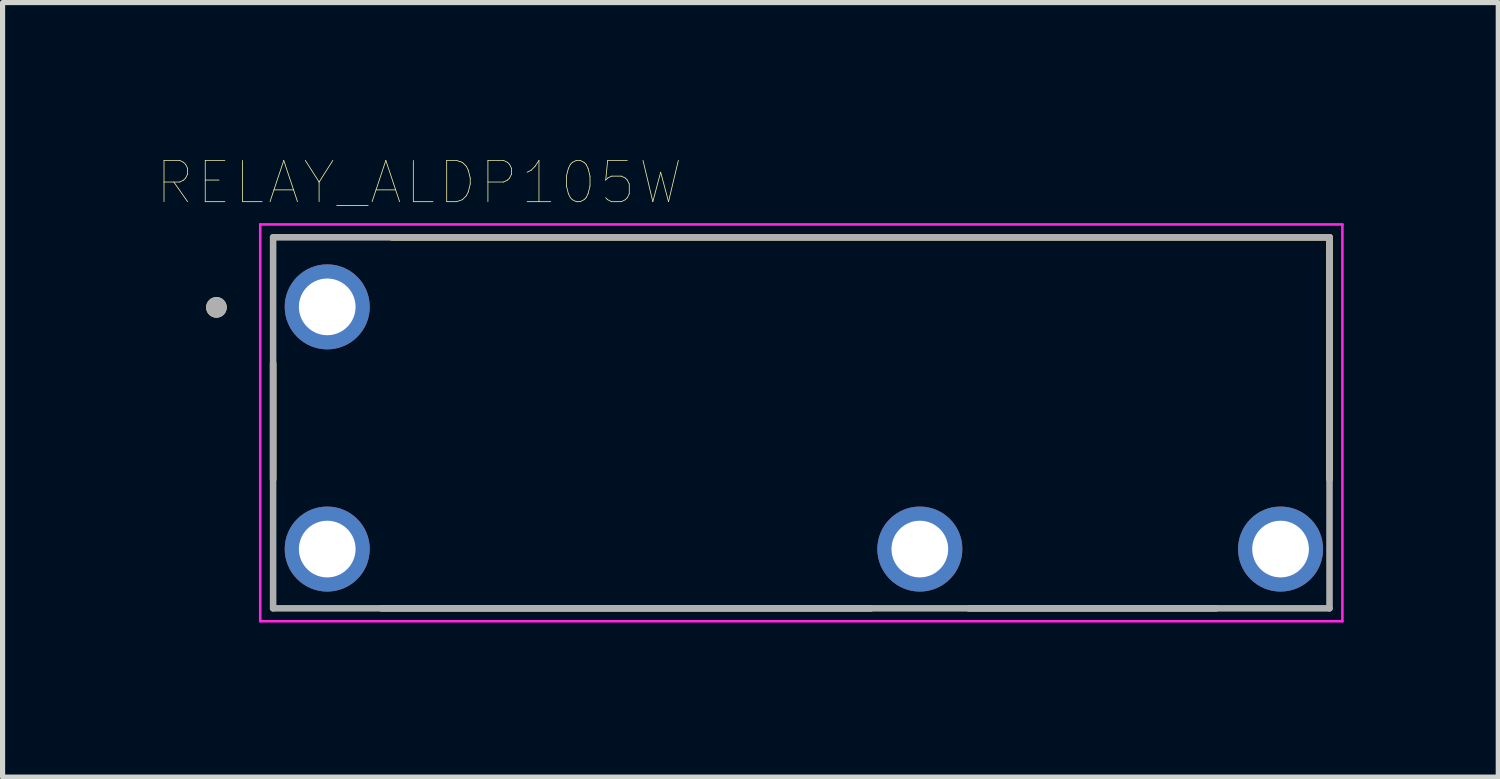
<source format=kicad_pcb>
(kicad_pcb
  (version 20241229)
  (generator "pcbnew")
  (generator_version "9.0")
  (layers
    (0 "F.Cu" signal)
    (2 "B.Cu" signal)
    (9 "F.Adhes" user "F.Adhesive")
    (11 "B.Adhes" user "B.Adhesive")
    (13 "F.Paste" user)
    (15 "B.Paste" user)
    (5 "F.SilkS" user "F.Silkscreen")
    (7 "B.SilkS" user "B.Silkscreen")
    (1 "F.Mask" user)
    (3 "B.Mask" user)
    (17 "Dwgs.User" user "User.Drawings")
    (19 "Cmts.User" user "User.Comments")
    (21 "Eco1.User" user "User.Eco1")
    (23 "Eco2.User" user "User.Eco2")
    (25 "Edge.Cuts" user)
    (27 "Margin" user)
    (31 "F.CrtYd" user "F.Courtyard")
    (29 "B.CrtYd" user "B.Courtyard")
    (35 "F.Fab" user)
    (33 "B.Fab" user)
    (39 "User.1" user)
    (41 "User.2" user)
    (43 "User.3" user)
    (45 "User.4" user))
  (footprint "RELAY_ALDP105W"
    (layer "F.Cu")
    (at 12.5 5.155)
    (property "Reference" "RELAY_ALDP105W" (at -7.415 -4.661 0) (layer "F.SilkS") (effects (font (size 0.8 0.8) (thickness 0.015))))
    (attr through_hole)
    (fp_line (start -10.25 1.1) (end -10.25 -1.15) (stroke (width 0.127) (type solid)) (layer "F.SilkS"))
    (fp_line (start -7.95 -3.6) (end 10.25 -3.6) (stroke (width 0.127) (type solid)) (layer "F.SilkS"))
    (fp_line (start 1.35 3.6) (end -8.15 3.6) (stroke (width 0.127) (type solid)) (layer "F.SilkS"))
    (fp_line (start 3.25 3.6) (end 8.05 3.6) (stroke (width 0.127) (type solid)) (layer "F.SilkS"))
    (fp_line (start 10.25 -3.6) (end 10.25 1.1) (stroke (width 0.127) (type solid)) (layer "F.SilkS"))
    (fp_circle (center -11.35 -2.24) (end -11.25 -2.24) (stroke (width 0.2) (type solid)) (fill no) (layer "F.SilkS"))
    (fp_line (start -10.5 -3.85) (end 10.5 -3.85) (stroke (width 0.05) (type solid)) (layer "F.CrtYd"))
    (fp_line (start -10.5 3.85) (end -10.5 -3.85) (stroke (width 0.05) (type solid)) (layer "F.CrtYd"))
    (fp_line (start 10.5 -3.85) (end 10.5 3.85) (stroke (width 0.05) (type solid)) (layer "F.CrtYd"))
    (fp_line (start 10.5 3.85) (end -10.5 3.85) (stroke (width 0.05) (type solid)) (layer "F.CrtYd"))
    (fp_line (start -10.25 -3.6) (end 10.25 -3.6) (stroke (width 0.127) (type solid)) (layer "F.Fab"))
    (fp_line (start -10.25 3.6) (end -10.25 -3.6) (stroke (width 0.127) (type solid)) (layer "F.Fab"))
    (fp_line (start 10.25 -3.6) (end 10.25 3.6) (stroke (width 0.127) (type solid)) (layer "F.Fab"))
    (fp_line (start 10.25 3.6) (end -10.25 3.6) (stroke (width 0.127) (type solid)) (layer "F.Fab"))
    (fp_circle (center -11.35 -2.24) (end -11.25 -2.24) (stroke (width 0.2) (type solid)) (fill no) (layer "F.Fab"))
    (pad "1" thru_hole circle (at -9.2 2.45) (size 1.65 1.65) (drill 1.1) (layers "*.Cu" "*.Mask"))
    (pad "2" thru_hole circle (at -9.2 -2.25) (size 1.65 1.65) (drill 1.1) (layers "*.Cu" "*.Mask"))
    (pad "3" thru_hole circle (at 2.3 2.45) (size 1.65 1.65) (drill 1.1) (layers "*.Cu" "*.Mask"))
    (pad "4" thru_hole circle (at 9.3 2.45) (size 1.65 1.65) (drill 1.1) (layers "*.Cu" "*.Mask")))
  (gr_rect
    (start -3 -3)
    (end 26.025 12.03)
    (stroke (width 0.1) (type default))
    (fill no)
    (layer "Edge.Cuts")))
</source>
